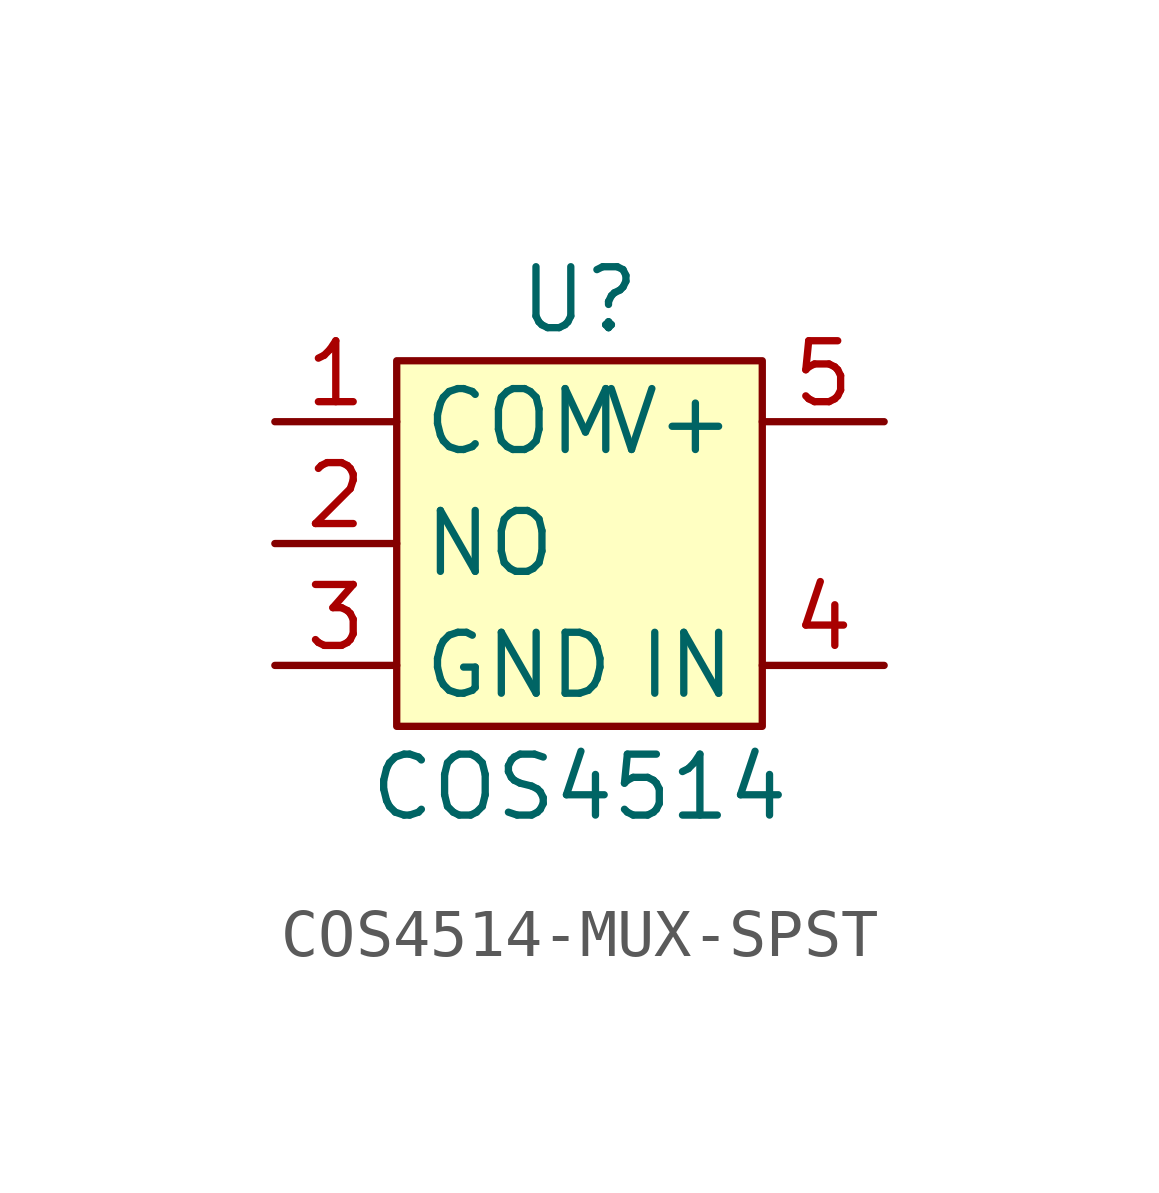
<source format=kicad_sym>
(kicad_symbol_lib
  (version 20241209)
  (generator "kicad_symbol_editor")
  (generator_version "9.0")
  (symbol "COS4514-MUX-SPST"
    (property "Reference" "U"
      (at 0 5.08 0)
      (effects (font (size 1.27 1.27))))
    (property "Value" "COS4514"
      (at 0 -5.08 0)
      (effects (font (size 1.27 1.27))))
    (symbol "COS4514-MUX-SPST_1_1"
      (rectangle (start -3.81 3.81) (end 3.81 -3.81) (stroke (width 0) (type default)) (fill (type background)))
      (pin bidirectional line (at -6.35 2.54 0) (length 2.54) (name "COM" (effects (font (size 1.27 1.27)))) (number "1" (effects (font (size 1.27 1.27)))))
      (pin bidirectional line (at -6.35 0 0) (length 2.54) (name "NO" (effects (font (size 1.27 1.27)))) (number "2" (effects (font (size 1.27 1.27)))))
      (pin bidirectional line (at -6.35 -2.54 0) (length 2.54) (name "GND" (effects (font (size 1.27 1.27)))) (number "3" (effects (font (size 1.27 1.27)))))
      (pin bidirectional line (at 6.35 2.54 180) (length 2.54) (name "V+" (effects (font (size 1.27 1.27)))) (number "5" (effects (font (size 1.27 1.27)))))
      (pin bidirectional line (at 6.35 -2.54 180) (length 2.54) (name "IN" (effects (font (size 1.27 1.27)))) (number "4" (effects (font (size 1.27 1.27))))))))
</source>
